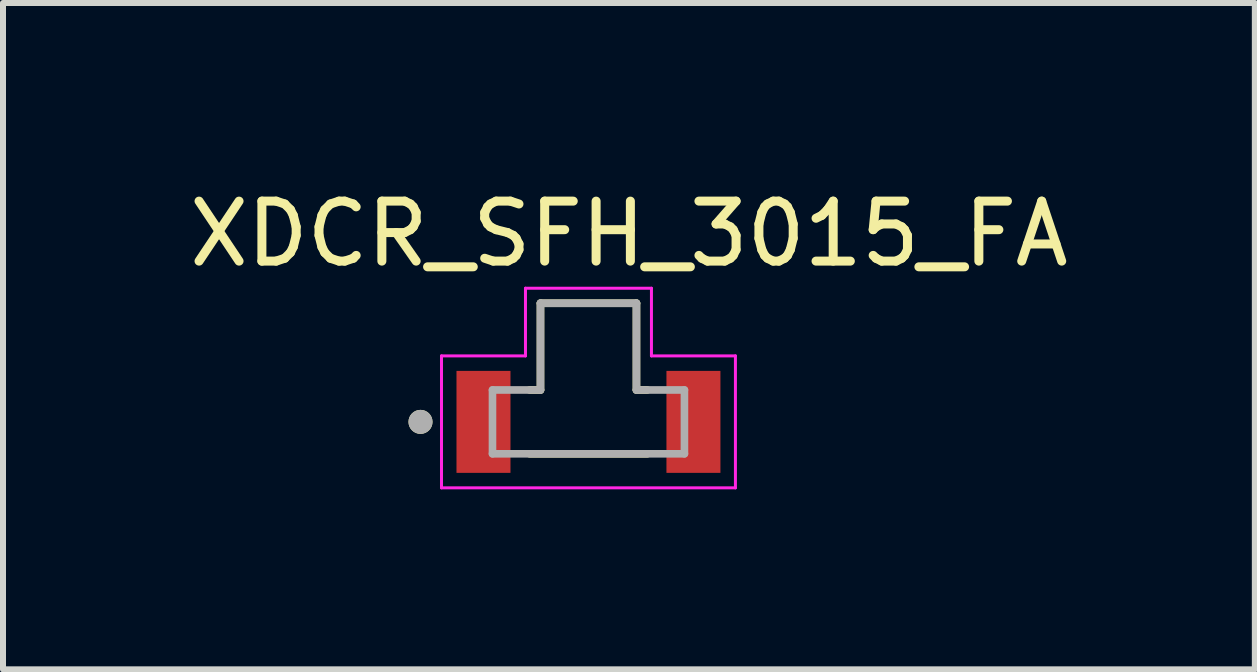
<source format=kicad_pcb>
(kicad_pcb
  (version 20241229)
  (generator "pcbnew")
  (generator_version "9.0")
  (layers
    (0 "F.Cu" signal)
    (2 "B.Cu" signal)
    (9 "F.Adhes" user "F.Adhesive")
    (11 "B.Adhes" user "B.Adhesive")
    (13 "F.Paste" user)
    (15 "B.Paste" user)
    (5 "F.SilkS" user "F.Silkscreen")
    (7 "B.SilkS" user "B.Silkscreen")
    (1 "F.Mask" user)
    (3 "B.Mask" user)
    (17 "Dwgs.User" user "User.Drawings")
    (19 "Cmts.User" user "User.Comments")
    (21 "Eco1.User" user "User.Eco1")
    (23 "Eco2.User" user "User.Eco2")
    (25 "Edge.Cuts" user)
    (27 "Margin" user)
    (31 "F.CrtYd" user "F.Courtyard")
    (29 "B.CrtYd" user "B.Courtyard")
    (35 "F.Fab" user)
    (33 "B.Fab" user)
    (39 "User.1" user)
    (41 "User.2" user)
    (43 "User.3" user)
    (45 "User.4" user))
  (footprint "XDCR_SFH_3015_FA"
    (layer "F.Cu")
    (at 6.76 3.983)
    (property "Reference" "XDCR_SFH_3015_FA" (at 0.675 -3.135 0) (layer "F.SilkS") (effects (font (size 1 1) (thickness 0.15))))
    (attr through_hole)
    (fp_poly (pts (xy -2.1 -0.75) (xy -1.1 -0.75) (xy -1.1 0.75) (xy -2.1 0.75)) (stroke (width 0.01) (type solid)) (fill yes) (layer "F.Mask"))
    (fp_poly (pts (xy 2.1 0.75) (xy 1.1 0.75) (xy 1.1 -0.75) (xy 2.1 -0.75)) (stroke (width 0.01) (type solid)) (fill yes) (layer "F.Mask"))
    (fp_line (start -0.98 0.532) (end 0.98 0.532) (stroke (width 0.127) (type solid)) (layer "F.SilkS"))
    (fp_line (start -0.8 -1.978) (end 0.8 -1.978) (stroke (width 0.127) (type solid)) (layer "F.SilkS"))
    (fp_line (start -0.8 -0.532) (end -0.98 -0.532) (stroke (width 0.127) (type solid)) (layer "F.SilkS"))
    (fp_line (start -0.8 -0.532) (end -0.8 -1.978) (stroke (width 0.127) (type solid)) (layer "F.SilkS"))
    (fp_line (start 0.8 -1.978) (end 0.8 -0.532) (stroke (width 0.127) (type solid)) (layer "F.SilkS"))
    (fp_line (start 0.8 -0.532) (end 0.98 -0.532) (stroke (width 0.127) (type solid)) (layer "F.SilkS"))
    (fp_circle (center -2.8 0) (end -2.7 0) (stroke (width 0.2) (type solid)) (fill no) (layer "F.SilkS"))
    (fp_poly (pts (xy -2.05 -0.7) (xy -1.3 -0.7) (xy -1.3 -0.5) (xy -1.5 -0.5) (xy -1.5 0.5) (xy -1.3 0.5) (xy -1.3 0.7) (xy -2.05 0.7)) (stroke (width 0.01) (type solid)) (fill yes) (layer "F.Paste"))
    (fp_poly (pts (xy 2.05 0.7) (xy 1.3 0.7) (xy 1.3 0.5) (xy 1.5 0.5) (xy 1.5 -0.5) (xy 1.3 -0.5) (xy 1.3 -0.7) (xy 2.05 -0.7)) (stroke (width 0.01) (type solid)) (fill yes) (layer "F.Paste"))
    (fp_line (start -2.45 -1.1) (end -1.05 -1.1) (stroke (width 0.05) (type solid)) (layer "F.CrtYd"))
    (fp_line (start -2.45 1.1) (end -2.45 -1.1) (stroke (width 0.05) (type solid)) (layer "F.CrtYd"))
    (fp_line (start -1.05 -2.228) (end 1.05 -2.228) (stroke (width 0.05) (type solid)) (layer "F.CrtYd"))
    (fp_line (start -1.05 -1.1) (end -1.05 -2.228) (stroke (width 0.05) (type solid)) (layer "F.CrtYd"))
    (fp_line (start 1.05 -2.228) (end 1.05 -1.1) (stroke (width 0.05) (type solid)) (layer "F.CrtYd"))
    (fp_line (start 1.05 -1.1) (end 2.45 -1.1) (stroke (width 0.05) (type solid)) (layer "F.CrtYd"))
    (fp_line (start 2.45 -1.1) (end 2.45 1.1) (stroke (width 0.05) (type solid)) (layer "F.CrtYd"))
    (fp_line (start 2.45 1.1) (end -2.45 1.1) (stroke (width 0.05) (type solid)) (layer "F.CrtYd"))
    (fp_line (start -1.6 -0.532) (end -0.8 -0.532) (stroke (width 0.127) (type solid)) (layer "F.Fab"))
    (fp_line (start -1.6 0.532) (end -1.6 -0.532) (stroke (width 0.127) (type solid)) (layer "F.Fab"))
    (fp_line (start -0.8 -1.978) (end 0.8 -1.978) (stroke (width 0.127) (type solid)) (layer "F.Fab"))
    (fp_line (start -0.8 -0.532) (end -0.8 -1.978) (stroke (width 0.127) (type solid)) (layer "F.Fab"))
    (fp_line (start 0.8 -1.978) (end 0.8 -0.532) (stroke (width 0.127) (type solid)) (layer "F.Fab"))
    (fp_line (start 0.8 -0.532) (end 1.6 -0.532) (stroke (width 0.127) (type solid)) (layer "F.Fab"))
    (fp_line (start 1.6 -0.532) (end 1.6 0.532) (stroke (width 0.127) (type solid)) (layer "F.Fab"))
    (fp_line (start 1.6 0.532) (end -1.6 0.532) (stroke (width 0.127) (type solid)) (layer "F.Fab"))
    (fp_circle (center -2.8 0) (end -2.7 0) (stroke (width 0.2) (type solid)) (fill no) (layer "F.Fab"))
    (pad "1" smd rect (at -1.75 0) (size 0.9 1.7) (layers "F.Cu"))
    (pad "2" smd rect (at 1.75 0) (size 0.9 1.7) (layers "F.Cu")))
  (gr_rect
    (start -3 -3)
    (end 17.869 8.108)
    (stroke (width 0.1) (type default))
    (fill no)
    (layer "Edge.Cuts")))
</source>
